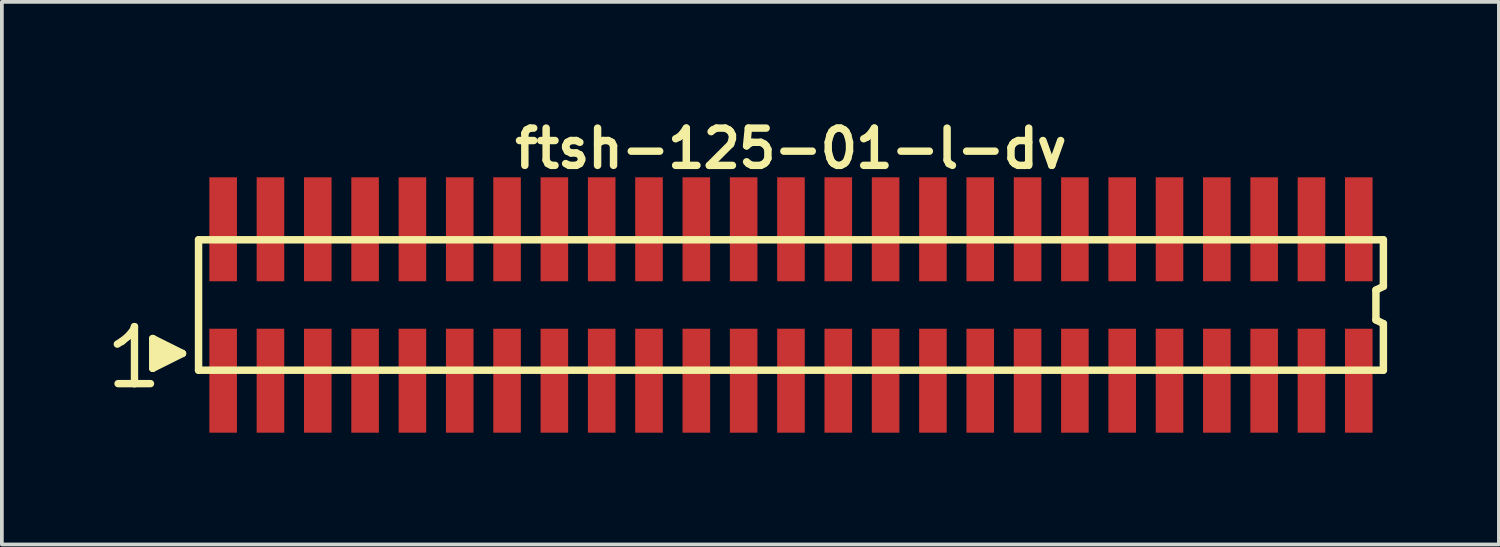
<source format=kicad_pcb>
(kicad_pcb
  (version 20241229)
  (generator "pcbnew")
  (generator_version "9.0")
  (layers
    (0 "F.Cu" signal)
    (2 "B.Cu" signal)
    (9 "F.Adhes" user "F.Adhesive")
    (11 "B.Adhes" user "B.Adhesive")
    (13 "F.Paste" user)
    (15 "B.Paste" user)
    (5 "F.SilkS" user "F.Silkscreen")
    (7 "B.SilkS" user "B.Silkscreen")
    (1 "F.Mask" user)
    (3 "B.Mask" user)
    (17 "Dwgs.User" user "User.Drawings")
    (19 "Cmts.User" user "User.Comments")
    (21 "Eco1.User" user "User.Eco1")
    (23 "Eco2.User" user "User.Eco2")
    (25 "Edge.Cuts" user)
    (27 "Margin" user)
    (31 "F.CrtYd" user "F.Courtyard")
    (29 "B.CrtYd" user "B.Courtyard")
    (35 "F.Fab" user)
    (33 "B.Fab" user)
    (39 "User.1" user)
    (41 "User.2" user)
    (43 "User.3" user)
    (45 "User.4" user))
  (footprint "ftsh-125-01-l-dv"
    (layer "F.Cu")
    (at 18.179 5.136)
    (property "Reference" "ftsh-125-01-l-dv" (at 0 -4.2 0) (layer "F.SilkS") (effects (font (size 1 1) (thickness 0.2))))
    (attr through_hole)
    (fp_line (start -18.08 1.05) (end -17.95 0.97) (stroke (width 0.198) (type solid)) (layer "F.SilkS"))
    (fp_line (start -17.95 0.97) (end -17.79 0.84) (stroke (width 0.198) (type solid)) (layer "F.SilkS"))
    (fp_line (start -17.79 0.84) (end -17.65 0.67) (stroke (width 0.198) (type solid)) (layer "F.SilkS"))
    (fp_line (start -17.65 0.67) (end -17.62 0.58) (stroke (width 0.198) (type solid)) (layer "F.SilkS"))
    (fp_line (start -17.62 0.58) (end -17.62 2.11) (stroke (width 0.198) (type solid)) (layer "F.SilkS"))
    (fp_line (start -17.62 2.11) (end -18.06 2.11) (stroke (width 0.198) (type solid)) (layer "F.SilkS"))
    (fp_line (start -17.19 2.11) (end -17.63 2.11) (stroke (width 0.198) (type solid)) (layer "F.SilkS"))
    (fp_line (start -17.13 0.9) (end -16.33 1.3) (stroke (width 0.198) (type solid)) (layer "F.SilkS"))
    (fp_line (start -17.13 1.7) (end -17.13 0.9) (stroke (width 0.198) (type solid)) (layer "F.SilkS"))
    (fp_line (start -17.03 1.6) (end -17.03 1) (stroke (width 0.198) (type solid)) (layer "F.SilkS"))
    (fp_line (start -16.93 1.1) (end -16.93 1.5) (stroke (width 0.198) (type solid)) (layer "F.SilkS"))
    (fp_line (start -16.83 1.5) (end -16.83 1.1) (stroke (width 0.198) (type solid)) (layer "F.SilkS"))
    (fp_line (start -16.73 1.2) (end -16.73 1.4) (stroke (width 0.198) (type solid)) (layer "F.SilkS"))
    (fp_line (start -16.63 1.4) (end -16.63 1.2) (stroke (width 0.198) (type solid)) (layer "F.SilkS"))
    (fp_line (start -16.33 1.3) (end -17.13 1.7) (stroke (width 0.198) (type solid)) (layer "F.SilkS"))
    (fp_line (start -15.9 -1.75) (end -15.9 1.75) (stroke (width 0.2) (type solid)) (layer "F.SilkS"))
    (fp_line (start -15.9 -1.75) (end 15.9 -1.75) (stroke (width 0.2) (type solid)) (layer "F.SilkS"))
    (fp_line (start -15.9 1.75) (end 15.9 1.75) (stroke (width 0.2) (type solid)) (layer "F.SilkS"))
    (fp_line (start 15.7 -0.4) (end 15.7 0.4) (stroke (width 0.2) (type solid)) (layer "F.SilkS"))
    (fp_line (start 15.7 0.4) (end 15.9 0.5) (stroke (width 0.2) (type solid)) (layer "F.SilkS"))
    (fp_line (start 15.9 -0.5) (end 15.7 -0.4) (stroke (width 0.2) (type solid)) (layer "F.SilkS"))
    (fp_line (start 15.9 -0.5) (end 15.9 -1.75) (stroke (width 0.2) (type solid)) (layer "F.SilkS"))
    (fp_line (start 15.9 0.5) (end 15.9 1.75) (stroke (width 0.2) (type solid)) (layer "F.SilkS"))
    (pad "1" smd rect (at -15.24 2.032) (size 0.74 2.79) (layers "F.Cu" "F.Mask" "F.Paste"))
    (pad "2" smd rect (at -15.24 -2.032) (size 0.74 2.79) (layers "F.Cu" "F.Mask" "F.Paste"))
    (pad "3" smd rect (at -13.97 2.032) (size 0.74 2.79) (layers "F.Cu" "F.Mask" "F.Paste"))
    (pad "4" smd rect (at -13.97 -2.032) (size 0.74 2.79) (layers "F.Cu" "F.Mask" "F.Paste"))
    (pad "5" smd rect (at -12.7 2.032) (size 0.74 2.79) (layers "F.Cu" "F.Mask" "F.Paste"))
    (pad "6" smd rect (at -12.7 -2.032) (size 0.74 2.79) (layers "F.Cu" "F.Mask" "F.Paste"))
    (pad "7" smd rect (at -11.43 2.032) (size 0.74 2.79) (layers "F.Cu" "F.Mask" "F.Paste"))
    (pad "8" smd rect (at -11.43 -2.032) (size 0.74 2.79) (layers "F.Cu" "F.Mask" "F.Paste"))
    (pad "9" smd rect (at -10.16 2.032) (size 0.74 2.79) (layers "F.Cu" "F.Mask" "F.Paste"))
    (pad "10" smd rect (at -10.16 -2.032) (size 0.74 2.79) (layers "F.Cu" "F.Mask" "F.Paste"))
    (pad "11" smd rect (at -8.89 2.032) (size 0.74 2.79) (layers "F.Cu" "F.Mask" "F.Paste"))
    (pad "12" smd rect (at -8.89 -2.032) (size 0.74 2.79) (layers "F.Cu" "F.Mask" "F.Paste"))
    (pad "13" smd rect (at -7.62 2.032) (size 0.74 2.79) (layers "F.Cu" "F.Mask" "F.Paste"))
    (pad "14" smd rect (at -7.62 -2.032) (size 0.74 2.79) (layers "F.Cu" "F.Mask" "F.Paste"))
    (pad "15" smd rect (at -6.35 2.032) (size 0.74 2.79) (layers "F.Cu" "F.Mask" "F.Paste"))
    (pad "16" smd rect (at -6.35 -2.032) (size 0.74 2.79) (layers "F.Cu" "F.Mask" "F.Paste"))
    (pad "17" smd rect (at -5.08 2.032) (size 0.74 2.79) (layers "F.Cu" "F.Mask" "F.Paste"))
    (pad "18" smd rect (at -5.08 -2.032) (size 0.74 2.79) (layers "F.Cu" "F.Mask" "F.Paste"))
    (pad "19" smd rect (at -3.81 2.032) (size 0.74 2.79) (layers "F.Cu" "F.Mask" "F.Paste"))
    (pad "20" smd rect (at -3.81 -2.032) (size 0.74 2.79) (layers "F.Cu" "F.Mask" "F.Paste"))
    (pad "21" smd rect (at -2.54 2.032) (size 0.74 2.79) (layers "F.Cu" "F.Mask" "F.Paste"))
    (pad "22" smd rect (at -2.54 -2.032) (size 0.74 2.79) (layers "F.Cu" "F.Mask" "F.Paste"))
    (pad "23" smd rect (at -1.27 2.032) (size 0.74 2.79) (layers "F.Cu" "F.Mask" "F.Paste"))
    (pad "24" smd rect (at -1.27 -2.032) (size 0.74 2.79) (layers "F.Cu" "F.Mask" "F.Paste"))
    (pad "25" smd rect (at 0 2.032) (size 0.74 2.79) (layers "F.Cu" "F.Mask" "F.Paste"))
    (pad "26" smd rect (at 0 -2.032) (size 0.74 2.79) (layers "F.Cu" "F.Mask" "F.Paste"))
    (pad "27" smd rect (at 1.27 2.032) (size 0.74 2.79) (layers "F.Cu" "F.Mask" "F.Paste"))
    (pad "28" smd rect (at 1.27 -2.032) (size 0.74 2.79) (layers "F.Cu" "F.Mask" "F.Paste"))
    (pad "29" smd rect (at 2.54 2.032) (size 0.74 2.79) (layers "F.Cu" "F.Mask" "F.Paste"))
    (pad "30" smd rect (at 2.54 -2.032) (size 0.74 2.79) (layers "F.Cu" "F.Mask" "F.Paste"))
    (pad "31" smd rect (at 3.81 2.032) (size 0.74 2.79) (layers "F.Cu" "F.Mask" "F.Paste"))
    (pad "32" smd rect (at 3.81 -2.032) (size 0.74 2.79) (layers "F.Cu" "F.Mask" "F.Paste"))
    (pad "33" smd rect (at 5.08 2.032) (size 0.74 2.79) (layers "F.Cu" "F.Mask" "F.Paste"))
    (pad "34" smd rect (at 5.08 -2.032) (size 0.74 2.79) (layers "F.Cu" "F.Mask" "F.Paste"))
    (pad "35" smd rect (at 6.35 2.032) (size 0.74 2.79) (layers "F.Cu" "F.Mask" "F.Paste"))
    (pad "36" smd rect (at 6.35 -2.032) (size 0.74 2.79) (layers "F.Cu" "F.Mask" "F.Paste"))
    (pad "37" smd rect (at 7.62 2.032) (size 0.74 2.79) (layers "F.Cu" "F.Mask" "F.Paste"))
    (pad "38" smd rect (at 7.62 -2.032) (size 0.74 2.79) (layers "F.Cu" "F.Mask" "F.Paste"))
    (pad "39" smd rect (at 8.89 2.032) (size 0.74 2.79) (layers "F.Cu" "F.Mask" "F.Paste"))
    (pad "40" smd rect (at 8.89 -2.032) (size 0.74 2.79) (layers "F.Cu" "F.Mask" "F.Paste"))
    (pad "41" smd rect (at 10.16 2.032) (size 0.74 2.79) (layers "F.Cu" "F.Mask" "F.Paste"))
    (pad "42" smd rect (at 10.16 -2.032) (size 0.74 2.79) (layers "F.Cu" "F.Mask" "F.Paste"))
    (pad "43" smd rect (at 11.43 2.032) (size 0.74 2.79) (layers "F.Cu" "F.Mask" "F.Paste"))
    (pad "44" smd rect (at 11.43 -2.032) (size 0.74 2.79) (layers "F.Cu" "F.Mask" "F.Paste"))
    (pad "45" smd rect (at 12.7 2.032) (size 0.74 2.79) (layers "F.Cu" "F.Mask" "F.Paste"))
    (pad "46" smd rect (at 12.7 -2.032) (size 0.74 2.79) (layers "F.Cu" "F.Mask" "F.Paste"))
    (pad "47" smd rect (at 13.97 2.032) (size 0.74 2.79) (layers "F.Cu" "F.Mask" "F.Paste"))
    (pad "48" smd rect (at 13.97 -2.032) (size 0.74 2.79) (layers "F.Cu" "F.Mask" "F.Paste"))
    (pad "49" smd rect (at 15.24 2.032) (size 0.74 2.79) (layers "F.Cu" "F.Mask" "F.Paste"))
    (pad "50" smd rect (at 15.24 -2.032) (size 0.74 2.79) (layers "F.Cu" "F.Mask" "F.Paste")))
  (gr_rect
    (start -3 -3)
    (end 37.179 11.563)
    (stroke (width 0.1) (type default))
    (fill no)
    (layer "Edge.Cuts")))
</source>
